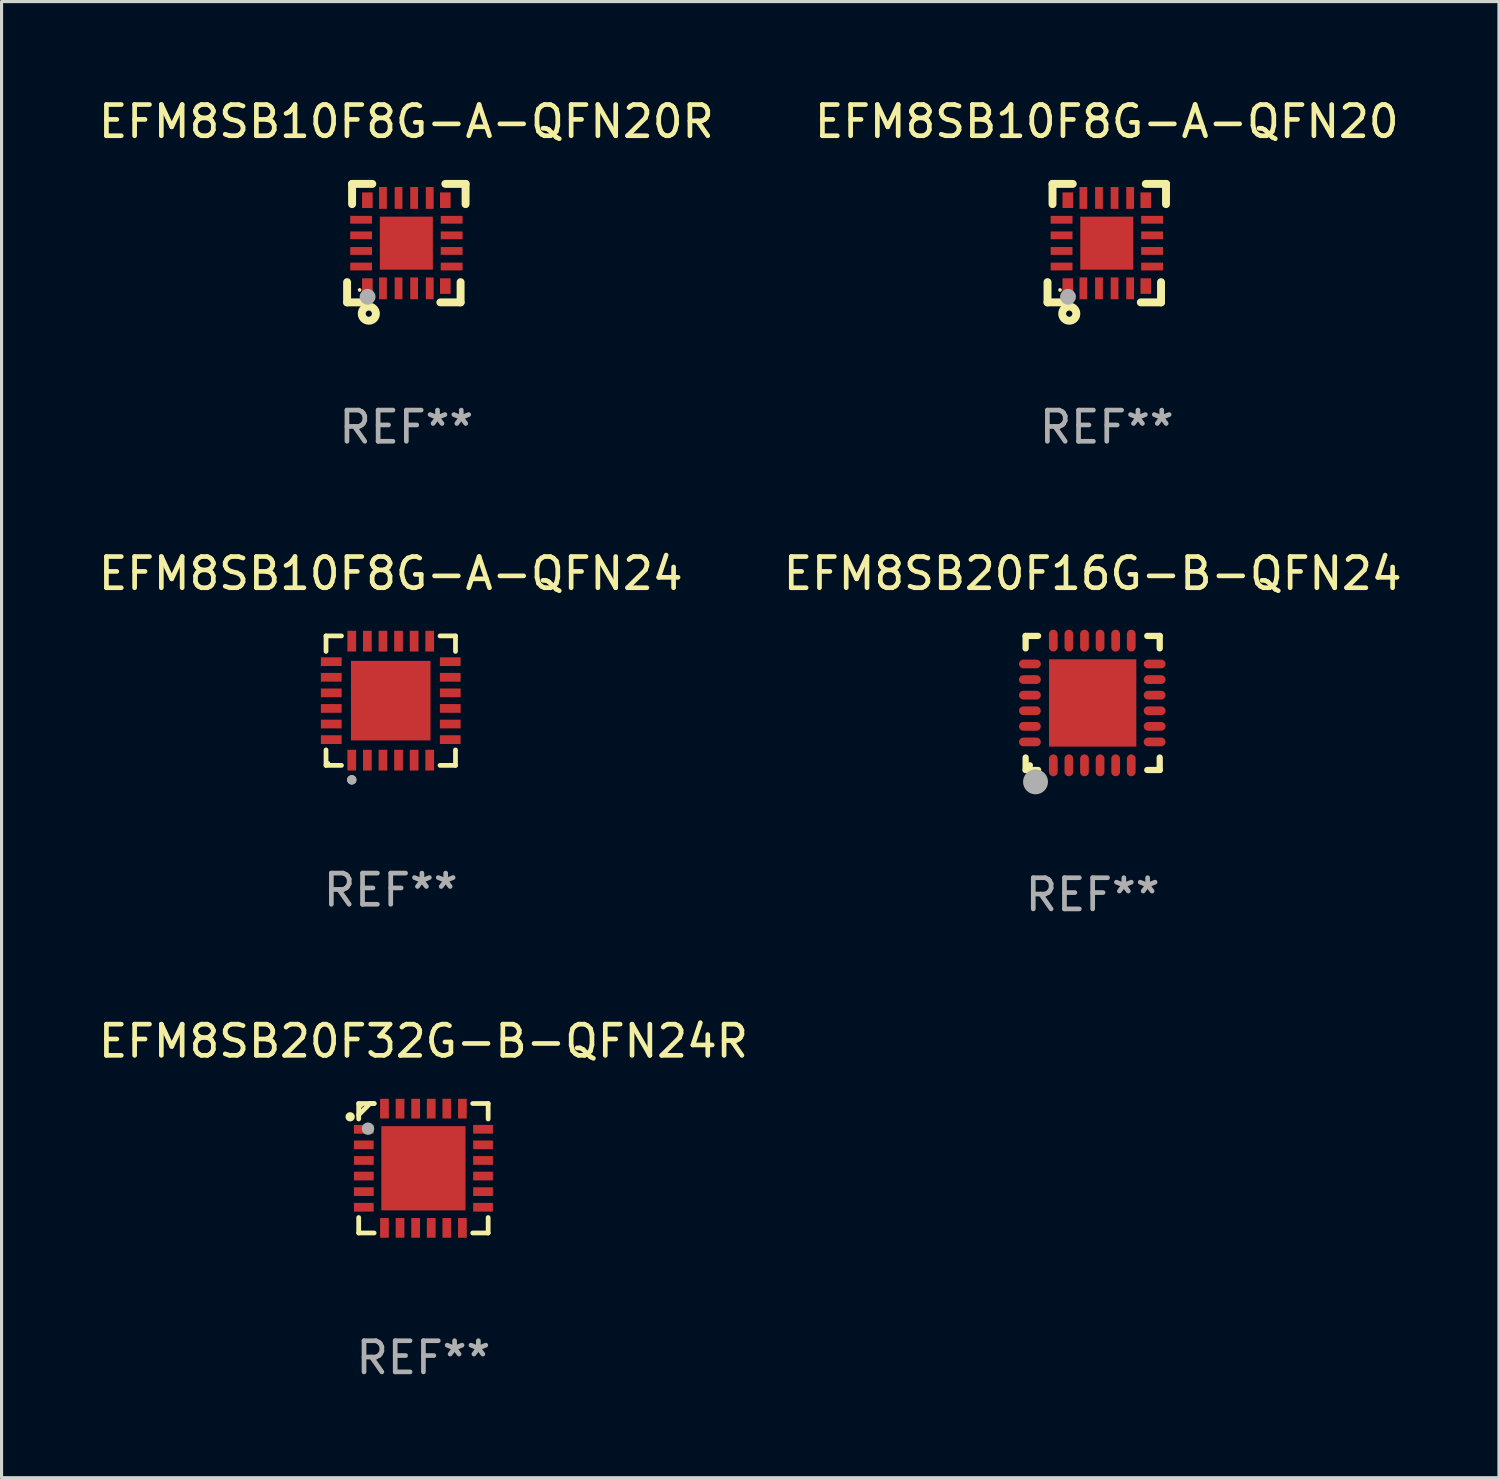
<source format=kicad_pcb>
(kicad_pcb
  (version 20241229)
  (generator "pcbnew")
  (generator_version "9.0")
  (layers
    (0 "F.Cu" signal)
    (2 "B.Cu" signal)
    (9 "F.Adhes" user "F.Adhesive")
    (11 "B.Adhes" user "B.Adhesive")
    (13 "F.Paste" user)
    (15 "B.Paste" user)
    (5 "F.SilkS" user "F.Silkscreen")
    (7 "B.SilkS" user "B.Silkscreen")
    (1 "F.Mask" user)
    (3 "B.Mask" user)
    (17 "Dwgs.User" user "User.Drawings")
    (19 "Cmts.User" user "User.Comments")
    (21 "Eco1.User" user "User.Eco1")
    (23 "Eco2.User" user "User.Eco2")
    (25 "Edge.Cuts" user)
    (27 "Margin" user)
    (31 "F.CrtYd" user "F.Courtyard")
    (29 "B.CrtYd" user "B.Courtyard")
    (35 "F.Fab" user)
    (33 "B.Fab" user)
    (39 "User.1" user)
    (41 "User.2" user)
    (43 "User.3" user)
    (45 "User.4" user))
  (footprint "EFM8SB10F8G-A-QFN20"
    (layer "F.Cu")
    (at 32.446 4.748)
    (property "Reference" "EFM8SB10F8G-A-QFN20" (at 0 -3.9 0) (layer "F.SilkS") (effects (font (size 1 1) (thickness 0.15))))
    (attr through_hole)
    (fp_line (start -1.9 1.9) (end -1.9 1.251) (stroke (width 0.254) (type solid)) (layer "F.SilkS"))
    (fp_line (start -1.9 1.9) (end -1.251 1.9) (stroke (width 0.254) (type solid)) (layer "F.SilkS"))
    (fp_line (start -1.74 -1.9) (end -1.74 -1.251) (stroke (width 0.254) (type solid)) (layer "F.SilkS"))
    (fp_line (start -1.74 -1.9) (end -1.091 -1.9) (stroke (width 0.254) (type solid)) (layer "F.SilkS"))
    (fp_line (start 1.74 1.9) (end 1.091 1.9) (stroke (width 0.254) (type solid)) (layer "F.SilkS"))
    (fp_line (start 1.74 1.9) (end 1.74 1.251) (stroke (width 0.254) (type solid)) (layer "F.SilkS"))
    (fp_line (start 1.9 -1.9) (end 1.251 -1.9) (stroke (width 0.254) (type solid)) (layer "F.SilkS"))
    (fp_line (start 1.9 -1.9) (end 1.9 -1.251) (stroke (width 0.254) (type solid)) (layer "F.SilkS"))
    (fp_circle (center -1.5 1.5) (end -1.47 1.5) (stroke (width 0.06) (type solid)) (fill no) (layer "F.SilkS"))
    (fp_circle (center -1.203 2.262) (end -1.103 2.262) (stroke (width 0.254) (type solid)) (fill no) (layer "F.SilkS"))
    (fp_circle (center -1.243 1.721) (end -1.116 1.721) (stroke (width 0.254) (type solid)) (fill no) (layer "F.Fab"))
    (fp_text user "REF**" (at 0 5.9 0) (layer "F.Fab") (effects (font (size 1 1) (thickness 0.15))))
    (pad "1" smd rect (at -1.25 1.377) (size 0.34 0.5) (layers "F.Cu" "F.Mask" "F.Paste"))
    (pad "2" smd rect (at -0.75 1.45) (size 0.25 0.7) (layers "F.Cu" "F.Mask" "F.Paste"))
    (pad "3" smd rect (at -0.25 1.45) (size 0.25 0.7) (layers "F.Cu" "F.Mask" "F.Paste"))
    (pad "4" smd rect (at 0.25 1.45) (size 0.25 0.7) (layers "F.Cu" "F.Mask" "F.Paste"))
    (pad "5" smd rect (at 0.75 1.45) (size 0.25 0.7) (layers "F.Cu" "F.Mask" "F.Paste"))
    (pad "6" smd rect (at 1.25 1.377) (size 0.34 0.5) (layers "F.Cu" "F.Mask" "F.Paste"))
    (pad "7" smd rect (at 1.453 0.75) (size 0.7 0.25) (layers "F.Cu" "F.Mask" "F.Paste"))
    (pad "8" smd rect (at 1.453 0.25) (size 0.7 0.25) (layers "F.Cu" "F.Mask" "F.Paste"))
    (pad "9" smd rect (at 1.453 -0.25) (size 0.7 0.25) (layers "F.Cu" "F.Mask" "F.Paste"))
    (pad "10" smd rect (at 1.453 -0.75) (size 0.7 0.25) (layers "F.Cu" "F.Mask" "F.Paste"))
    (pad "11" smd rect (at 1.25 -1.377) (size 0.34 0.5) (layers "F.Cu" "F.Mask" "F.Paste"))
    (pad "12" smd rect (at 0.75 -1.45) (size 0.25 0.7) (layers "F.Cu" "F.Mask" "F.Paste"))
    (pad "13" smd rect (at 0.25 -1.45) (size 0.25 0.7) (layers "F.Cu" "F.Mask" "F.Paste"))
    (pad "14" smd rect (at -0.25 -1.45) (size 0.25 0.7) (layers "F.Cu" "F.Mask" "F.Paste"))
    (pad "15" smd rect (at -0.75 -1.45) (size 0.25 0.7) (layers "F.Cu" "F.Mask" "F.Paste"))
    (pad "16" smd rect (at -1.25 -1.377) (size 0.34 0.5) (layers "F.Cu" "F.Mask" "F.Paste"))
    (pad "17" smd rect (at -1.45 -0.75) (size 0.7 0.25) (layers "F.Cu" "F.Mask" "F.Paste"))
    (pad "18" smd rect (at -1.45 -0.25) (size 0.7 0.25) (layers "F.Cu" "F.Mask" "F.Paste"))
    (pad "19" smd rect (at -1.45 0.25) (size 0.7 0.25) (layers "F.Cu" "F.Mask" "F.Paste"))
    (pad "20" smd rect (at -1.45 0.75) (size 0.7 0.25) (layers "F.Cu" "F.Mask" "F.Paste"))
    (pad "21" smd rect (at 0 0) (size 1.7 1.7) (layers "F.Cu" "F.Mask" "F.Paste")))
  (footprint "EFM8SB20F16G-B-QFN24"
    (layer "F.Cu")
    (at 31.994 19.495)
    (property "Reference" "EFM8SB20F16G-B-QFN24" (at 0 -4.15 0) (layer "F.SilkS") (effects (font (size 1 1) (thickness 0.15))))
    (attr through_hole)
    (fp_line (start -2.15 -2.15) (end -1.75 -2.15) (stroke (width 0.2) (type solid)) (layer "F.SilkS"))
    (fp_line (start -2.15 -1.75) (end -2.15 -2.15) (stroke (width 0.2) (type solid)) (layer "F.SilkS"))
    (fp_line (start -2.15 2.15) (end -2.15 1.75) (stroke (width 0.2) (type solid)) (layer "F.SilkS"))
    (fp_line (start -1.75 2.15) (end -2.15 2.15) (stroke (width 0.2) (type solid)) (layer "F.SilkS"))
    (fp_line (start 2.15 -2.15) (end 1.75 -2.15) (stroke (width 0.2) (type solid)) (layer "F.SilkS"))
    (fp_line (start 2.15 -1.75) (end 2.15 -2.15) (stroke (width 0.2) (type solid)) (layer "F.SilkS"))
    (fp_line (start 2.15 1.75) (end 2.15 2.15) (stroke (width 0.2) (type solid)) (layer "F.SilkS"))
    (fp_line (start 2.15 2.15) (end 1.75 2.15) (stroke (width 0.2) (type solid)) (layer "F.SilkS"))
    (fp_circle (center -2.013 2) (end -1.963 2) (stroke (width 0.1) (type solid)) (fill no) (layer "F.SilkS"))
    (fp_circle (center -1.833 2.53) (end -1.633 2.53) (stroke (width 0.4) (type solid)) (fill no) (layer "F.Fab"))
    (fp_text user "REF**" (at 0 6.15 0) (layer "F.Fab") (effects (font (size 1 1) (thickness 0.15))))
    (pad "1" smd oval (at -1.263 2 180) (size 0.28 0.7) (layers "F.Cu" "F.Mask" "F.Paste"))
    (pad "2" smd oval (at -0.763 2 180) (size 0.28 0.7) (layers "F.Cu" "F.Mask" "F.Paste"))
    (pad "3" smd oval (at -0.263 2 180) (size 0.28 0.7) (layers "F.Cu" "F.Mask" "F.Paste"))
    (pad "4" smd oval (at 0.237 2 180) (size 0.28 0.7) (layers "F.Cu" "F.Mask" "F.Paste"))
    (pad "5" smd oval (at 0.737 2 180) (size 0.28 0.7) (layers "F.Cu" "F.Mask" "F.Paste"))
    (pad "6" smd oval (at 1.237 2 180) (size 0.28 0.7) (layers "F.Cu" "F.Mask" "F.Paste"))
    (pad "7" smd oval (at 1.987 1.25 90) (size 0.28 0.7) (layers "F.Cu" "F.Mask" "F.Paste"))
    (pad "8" smd oval (at 1.987 0.75 90) (size 0.28 0.7) (layers "F.Cu" "F.Mask" "F.Paste"))
    (pad "9" smd oval (at 1.987 0.25 90) (size 0.28 0.7) (layers "F.Cu" "F.Mask" "F.Paste"))
    (pad "10" smd oval (at 1.987 -0.25 90) (size 0.28 0.7) (layers "F.Cu" "F.Mask" "F.Paste"))
    (pad "11" smd oval (at 1.987 -0.75 90) (size 0.28 0.7) (layers "F.Cu" "F.Mask" "F.Paste"))
    (pad "12" smd oval (at 1.987 -1.25 90) (size 0.28 0.7) (layers "F.Cu" "F.Mask" "F.Paste"))
    (pad "13" smd oval (at 1.237 -2 180) (size 0.28 0.7) (layers "F.Cu" "F.Mask" "F.Paste"))
    (pad "14" smd oval (at 0.737 -2 180) (size 0.28 0.7) (layers "F.Cu" "F.Mask" "F.Paste"))
    (pad "15" smd oval (at 0.237 -2 180) (size 0.28 0.7) (layers "F.Cu" "F.Mask" "F.Paste"))
    (pad "16" smd oval (at -0.263 -2 180) (size 0.28 0.7) (layers "F.Cu" "F.Mask" "F.Paste"))
    (pad "17" smd oval (at -0.763 -2 180) (size 0.28 0.7) (layers "F.Cu" "F.Mask" "F.Paste"))
    (pad "18" smd oval (at -1.263 -2 180) (size 0.28 0.7) (layers "F.Cu" "F.Mask" "F.Paste"))
    (pad "19" smd oval (at -2.013 -1.25 90) (size 0.28 0.7) (layers "F.Cu" "F.Mask" "F.Paste"))
    (pad "20" smd oval (at -2.013 -0.75 90) (size 0.28 0.7) (layers "F.Cu" "F.Mask" "F.Paste"))
    (pad "21" smd oval (at -2.013 -0.25 90) (size 0.28 0.7) (layers "F.Cu" "F.Mask" "F.Paste"))
    (pad "22" smd oval (at -2.013 0.25 90) (size 0.28 0.7) (layers "F.Cu" "F.Mask" "F.Paste"))
    (pad "23" smd oval (at -2.013 0.75 90) (size 0.28 0.7) (layers "F.Cu" "F.Mask" "F.Paste"))
    (pad "24" smd oval (at -2.013 1.25 90) (size 0.28 0.7) (layers "F.Cu" "F.Mask" "F.Paste"))
    (pad "25" smd rect (at -0.000013 0 90) (size 2.8 2.8) (layers "F.Cu" "F.Mask" "F.Paste")))
  (footprint "EFM8SB20F32G-B-QFN24R"
    (layer "F.Cu")
    (at 10.53 34.418)
    (property "Reference" "EFM8SB20F32G-B-QFN24R" (at 0 -4.076 0) (layer "F.SilkS") (effects (font (size 1 1) (thickness 0.15))))
    (attr through_hole)
    (fp_line (start -2.076 -2.076) (end -2.076 -1.58) (stroke (width 0.152) (type solid)) (layer "F.SilkS"))
    (fp_line (start -2.076 2.076) (end -2.076 1.58) (stroke (width 0.152) (type solid)) (layer "F.SilkS"))
    (fp_line (start -1.713 -2.076) (end -2.076 -1.713) (stroke (width 0.152) (type solid)) (layer "F.SilkS"))
    (fp_line (start -1.58 -2.076) (end -2.076 -2.076) (stroke (width 0.152) (type solid)) (layer "F.SilkS"))
    (fp_line (start -1.58 -2.076) (end -1.713 -2.076) (stroke (width 0.152) (type solid)) (layer "F.SilkS"))
    (fp_line (start -1.58 2.076) (end -2.076 2.076) (stroke (width 0.152) (type solid)) (layer "F.SilkS"))
    (fp_line (start 1.58 -2.076) (end 2.076 -2.076) (stroke (width 0.152) (type solid)) (layer "F.SilkS"))
    (fp_line (start 1.58 2.076) (end 2.076 2.076) (stroke (width 0.152) (type solid)) (layer "F.SilkS"))
    (fp_line (start 2.076 -2.076) (end 2.076 -1.58) (stroke (width 0.152) (type solid)) (layer "F.SilkS"))
    (fp_line (start 2.076 2.076) (end 2.076 1.58) (stroke (width 0.152) (type solid)) (layer "F.SilkS"))
    (fp_circle (center -2.35 -1.65) (end -2.275 -1.65) (stroke (width 0.15) (type solid)) (fill no) (layer "F.SilkS"))
    (fp_circle (center -2 -2) (end -1.97 -2) (stroke (width 0.06) (type solid)) (fill no) (layer "F.SilkS"))
    (fp_circle (center -1.778 -1.27) (end -1.678 -1.27) (stroke (width 0.2) (type solid)) (fill no) (layer "F.Fab"))
    (fp_text user "REF**" (at 0 6.076 0) (layer "F.Fab") (effects (font (size 1 1) (thickness 0.15))))
    (pad "1" smd rect (at -1.912 -1.25) (size 0.633 0.28) (layers "F.Cu" "F.Mask" "F.Paste"))
    (pad "2" smd rect (at -1.912 -0.75) (size 0.633 0.28) (layers "F.Cu" "F.Mask" "F.Paste"))
    (pad "3" smd rect (at -1.912 -0.25) (size 0.633 0.28) (layers "F.Cu" "F.Mask" "F.Paste"))
    (pad "4" smd rect (at -1.912 0.25) (size 0.633 0.28) (layers "F.Cu" "F.Mask" "F.Paste"))
    (pad "5" smd rect (at -1.912 0.75) (size 0.633 0.28) (layers "F.Cu" "F.Mask" "F.Paste"))
    (pad "6" smd rect (at -1.912 1.25) (size 0.633 0.28) (layers "F.Cu" "F.Mask" "F.Paste"))
    (pad "7" smd rect (at -1.25 1.912) (size 0.28 0.633) (layers "F.Cu" "F.Mask" "F.Paste"))
    (pad "8" smd rect (at -0.75 1.912) (size 0.28 0.633) (layers "F.Cu" "F.Mask" "F.Paste"))
    (pad "9" smd rect (at -0.25 1.912) (size 0.28 0.633) (layers "F.Cu" "F.Mask" "F.Paste"))
    (pad "10" smd rect (at 0.25 1.912) (size 0.28 0.633) (layers "F.Cu" "F.Mask" "F.Paste"))
    (pad "11" smd rect (at 0.75 1.912) (size 0.28 0.633) (layers "F.Cu" "F.Mask" "F.Paste"))
    (pad "12" smd rect (at 1.25 1.912) (size 0.28 0.633) (layers "F.Cu" "F.Mask" "F.Paste"))
    (pad "13" smd rect (at 1.912 1.25) (size 0.633 0.28) (layers "F.Cu" "F.Mask" "F.Paste"))
    (pad "14" smd rect (at 1.912 0.75) (size 0.633 0.28) (layers "F.Cu" "F.Mask" "F.Paste"))
    (pad "15" smd rect (at 1.912 0.25) (size 0.633 0.28) (layers "F.Cu" "F.Mask" "F.Paste"))
    (pad "16" smd rect (at 1.912 -0.25) (size 0.633 0.28) (layers "F.Cu" "F.Mask" "F.Paste"))
    (pad "17" smd rect (at 1.912 -0.75) (size 0.633 0.28) (layers "F.Cu" "F.Mask" "F.Paste"))
    (pad "18" smd rect (at 1.912 -1.25) (size 0.633 0.28) (layers "F.Cu" "F.Mask" "F.Paste"))
    (pad "19" smd rect (at 1.25 -1.912) (size 0.28 0.633) (layers "F.Cu" "F.Mask" "F.Paste"))
    (pad "20" smd rect (at 0.75 -1.912) (size 0.28 0.633) (layers "F.Cu" "F.Mask" "F.Paste"))
    (pad "21" smd rect (at 0.25 -1.912) (size 0.28 0.633) (layers "F.Cu" "F.Mask" "F.Paste"))
    (pad "22" smd rect (at -0.25 -1.912) (size 0.28 0.633) (layers "F.Cu" "F.Mask" "F.Paste"))
    (pad "23" smd rect (at -0.75 -1.912) (size 0.28 0.633) (layers "F.Cu" "F.Mask" "F.Paste"))
    (pad "24" smd rect (at -1.25 -1.912) (size 0.28 0.633) (layers "F.Cu" "F.Mask" "F.Paste"))
    (pad "25" smd rect (at 0 0) (size 2.7 2.7) (layers "F.Cu" "F.Mask" "F.Paste")))
  (footprint "EFM8SB10F8G-A-QFN20R"
    (layer "F.Cu")
    (at 9.982 4.748)
    (property "Reference" "EFM8SB10F8G-A-QFN20R" (at 0 -3.9 0) (layer "F.SilkS") (effects (font (size 1 1) (thickness 0.15))))
    (attr through_hole)
    (fp_line (start -1.9 1.9) (end -1.9 1.251) (stroke (width 0.254) (type solid)) (layer "F.SilkS"))
    (fp_line (start -1.9 1.9) (end -1.251 1.9) (stroke (width 0.254) (type solid)) (layer "F.SilkS"))
    (fp_line (start -1.74 -1.9) (end -1.74 -1.251) (stroke (width 0.254) (type solid)) (layer "F.SilkS"))
    (fp_line (start -1.74 -1.9) (end -1.091 -1.9) (stroke (width 0.254) (type solid)) (layer "F.SilkS"))
    (fp_line (start 1.74 1.9) (end 1.091 1.9) (stroke (width 0.254) (type solid)) (layer "F.SilkS"))
    (fp_line (start 1.74 1.9) (end 1.74 1.251) (stroke (width 0.254) (type solid)) (layer "F.SilkS"))
    (fp_line (start 1.9 -1.9) (end 1.251 -1.9) (stroke (width 0.254) (type solid)) (layer "F.SilkS"))
    (fp_line (start 1.9 -1.9) (end 1.9 -1.251) (stroke (width 0.254) (type solid)) (layer "F.SilkS"))
    (fp_circle (center -1.5 1.5) (end -1.47 1.5) (stroke (width 0.06) (type solid)) (fill no) (layer "F.SilkS"))
    (fp_circle (center -1.203 2.262) (end -1.103 2.262) (stroke (width 0.254) (type solid)) (fill no) (layer "F.SilkS"))
    (fp_circle (center -1.243 1.721) (end -1.116 1.721) (stroke (width 0.254) (type solid)) (fill no) (layer "F.Fab"))
    (fp_text user "REF**" (at 0 5.9 0) (layer "F.Fab") (effects (font (size 1 1) (thickness 0.15))))
    (pad "1" smd rect (at -1.25 1.377) (size 0.34 0.5) (layers "F.Cu" "F.Mask" "F.Paste"))
    (pad "2" smd rect (at -0.75 1.45) (size 0.25 0.7) (layers "F.Cu" "F.Mask" "F.Paste"))
    (pad "3" smd rect (at -0.25 1.45) (size 0.25 0.7) (layers "F.Cu" "F.Mask" "F.Paste"))
    (pad "4" smd rect (at 0.25 1.45) (size 0.25 0.7) (layers "F.Cu" "F.Mask" "F.Paste"))
    (pad "5" smd rect (at 0.75 1.45) (size 0.25 0.7) (layers "F.Cu" "F.Mask" "F.Paste"))
    (pad "6" smd rect (at 1.25 1.377) (size 0.34 0.5) (layers "F.Cu" "F.Mask" "F.Paste"))
    (pad "7" smd rect (at 1.453 0.75) (size 0.7 0.25) (layers "F.Cu" "F.Mask" "F.Paste"))
    (pad "8" smd rect (at 1.453 0.25) (size 0.7 0.25) (layers "F.Cu" "F.Mask" "F.Paste"))
    (pad "9" smd rect (at 1.453 -0.25) (size 0.7 0.25) (layers "F.Cu" "F.Mask" "F.Paste"))
    (pad "10" smd rect (at 1.453 -0.75) (size 0.7 0.25) (layers "F.Cu" "F.Mask" "F.Paste"))
    (pad "11" smd rect (at 1.25 -1.377) (size 0.34 0.5) (layers "F.Cu" "F.Mask" "F.Paste"))
    (pad "12" smd rect (at 0.75 -1.45) (size 0.25 0.7) (layers "F.Cu" "F.Mask" "F.Paste"))
    (pad "13" smd rect (at 0.25 -1.45) (size 0.25 0.7) (layers "F.Cu" "F.Mask" "F.Paste"))
    (pad "14" smd rect (at -0.25 -1.45) (size 0.25 0.7) (layers "F.Cu" "F.Mask" "F.Paste"))
    (pad "15" smd rect (at -0.75 -1.45) (size 0.25 0.7) (layers "F.Cu" "F.Mask" "F.Paste"))
    (pad "16" smd rect (at -1.25 -1.377) (size 0.34 0.5) (layers "F.Cu" "F.Mask" "F.Paste"))
    (pad "17" smd rect (at -1.45 -0.75) (size 0.7 0.25) (layers "F.Cu" "F.Mask" "F.Paste"))
    (pad "18" smd rect (at -1.45 -0.25) (size 0.7 0.25) (layers "F.Cu" "F.Mask" "F.Paste"))
    (pad "19" smd rect (at -1.45 0.25) (size 0.7 0.25) (layers "F.Cu" "F.Mask" "F.Paste"))
    (pad "20" smd rect (at -1.45 0.75) (size 0.7 0.25) (layers "F.Cu" "F.Mask" "F.Paste"))
    (pad "21" smd rect (at 0 0) (size 1.7 1.7) (layers "F.Cu" "F.Mask" "F.Paste")))
  (footprint "EFM8SB10F8G-A-QFN24"
    (layer "F.Cu")
    (at 9.482 19.421)
    (property "Reference" "EFM8SB10F8G-A-QFN24" (at 0 -4.076 0) (layer "F.SilkS") (effects (font (size 1 1) (thickness 0.15))))
    (attr through_hole)
    (fp_line (start -2.076 -2.076) (end -1.58 -2.076) (stroke (width 0.152) (type solid)) (layer "F.SilkS"))
    (fp_line (start -2.076 -1.58) (end -2.076 -2.076) (stroke (width 0.152) (type solid)) (layer "F.SilkS"))
    (fp_line (start -2.076 1.58) (end -2.076 2.076) (stroke (width 0.152) (type solid)) (layer "F.SilkS"))
    (fp_line (start -2.076 2.076) (end -1.58 2.076) (stroke (width 0.152) (type solid)) (layer "F.SilkS"))
    (fp_line (start 2.076 -2.076) (end 1.58 -2.076) (stroke (width 0.152) (type solid)) (layer "F.SilkS"))
    (fp_line (start 2.076 -1.58) (end 2.076 -2.076) (stroke (width 0.152) (type solid)) (layer "F.SilkS"))
    (fp_line (start 2.076 1.58) (end 2.076 2.076) (stroke (width 0.152) (type solid)) (layer "F.SilkS"))
    (fp_line (start 2.076 2.076) (end 1.58 2.076) (stroke (width 0.152) (type solid)) (layer "F.SilkS"))
    (fp_circle (center -2 2) (end -1.97 2) (stroke (width 0.06) (type solid)) (fill no) (layer "F.SilkS"))
    (fp_circle (center -1.25 2.54) (end -1.175 2.54) (stroke (width 0.15) (type solid)) (fill no) (layer "F.SilkS"))
    (fp_circle (center -1.25 2.54) (end -1.175 2.54) (stroke (width 0.15) (type solid)) (fill no) (layer "F.Fab"))
    (fp_text user "REF**" (at 0 6.076 0) (layer "F.Fab") (effects (font (size 1 1) (thickness 0.15))))
    (pad "1" smd rect (at -1.25 1.908) (size 0.28 0.665) (layers "F.Cu" "F.Mask" "F.Paste"))
    (pad "2" smd rect (at -0.75 1.908) (size 0.28 0.665) (layers "F.Cu" "F.Mask" "F.Paste"))
    (pad "3" smd rect (at -0.25 1.908) (size 0.28 0.665) (layers "F.Cu" "F.Mask" "F.Paste"))
    (pad "4" smd rect (at 0.25 1.908) (size 0.28 0.665) (layers "F.Cu" "F.Mask" "F.Paste"))
    (pad "5" smd rect (at 0.75 1.908) (size 0.28 0.665) (layers "F.Cu" "F.Mask" "F.Paste"))
    (pad "6" smd rect (at 1.25 1.908) (size 0.28 0.665) (layers "F.Cu" "F.Mask" "F.Paste"))
    (pad "7" smd rect (at 1.908 1.25) (size 0.665 0.28) (layers "F.Cu" "F.Mask" "F.Paste"))
    (pad "8" smd rect (at 1.908 0.75) (size 0.665 0.28) (layers "F.Cu" "F.Mask" "F.Paste"))
    (pad "9" smd rect (at 1.908 0.25) (size 0.665 0.28) (layers "F.Cu" "F.Mask" "F.Paste"))
    (pad "10" smd rect (at 1.908 -0.25) (size 0.665 0.28) (layers "F.Cu" "F.Mask" "F.Paste"))
    (pad "11" smd rect (at 1.908 -0.75) (size 0.665 0.28) (layers "F.Cu" "F.Mask" "F.Paste"))
    (pad "12" smd rect (at 1.908 -1.25) (size 0.665 0.28) (layers "F.Cu" "F.Mask" "F.Paste"))
    (pad "13" smd rect (at 1.25 -1.908) (size 0.28 0.665) (layers "F.Cu" "F.Mask" "F.Paste"))
    (pad "14" smd rect (at 0.75 -1.908) (size 0.28 0.665) (layers "F.Cu" "F.Mask" "F.Paste"))
    (pad "15" smd rect (at 0.25 -1.908) (size 0.28 0.665) (layers "F.Cu" "F.Mask" "F.Paste"))
    (pad "16" smd rect (at -0.25 -1.908) (size 0.28 0.665) (layers "F.Cu" "F.Mask" "F.Paste"))
    (pad "17" smd rect (at -0.75 -1.908) (size 0.28 0.665) (layers "F.Cu" "F.Mask" "F.Paste"))
    (pad "18" smd rect (at -1.25 -1.908) (size 0.28 0.665) (layers "F.Cu" "F.Mask" "F.Paste"))
    (pad "19" smd rect (at -1.908 -1.25) (size 0.665 0.28) (layers "F.Cu" "F.Mask" "F.Paste"))
    (pad "20" smd rect (at -1.908 -0.75) (size 0.665 0.28) (layers "F.Cu" "F.Mask" "F.Paste"))
    (pad "21" smd rect (at -1.908 -0.25) (size 0.665 0.28) (layers "F.Cu" "F.Mask" "F.Paste"))
    (pad "22" smd rect (at -1.908 0.25) (size 0.665 0.28) (layers "F.Cu" "F.Mask" "F.Paste"))
    (pad "23" smd rect (at -1.908 0.75) (size 0.665 0.28) (layers "F.Cu" "F.Mask" "F.Paste"))
    (pad "24" smd rect (at -1.908 1.25) (size 0.665 0.28) (layers "F.Cu" "F.Mask" "F.Paste"))
    (pad "25" smd rect (at 0 0) (size 2.55 2.55) (layers "F.Cu" "F.Mask" "F.Paste")))
  (gr_rect
    (start -3 -3)
    (end 45.024 44.342)
    (stroke (width 0.1) (type default))
    (fill no)
    (layer "Edge.Cuts")))
</source>
